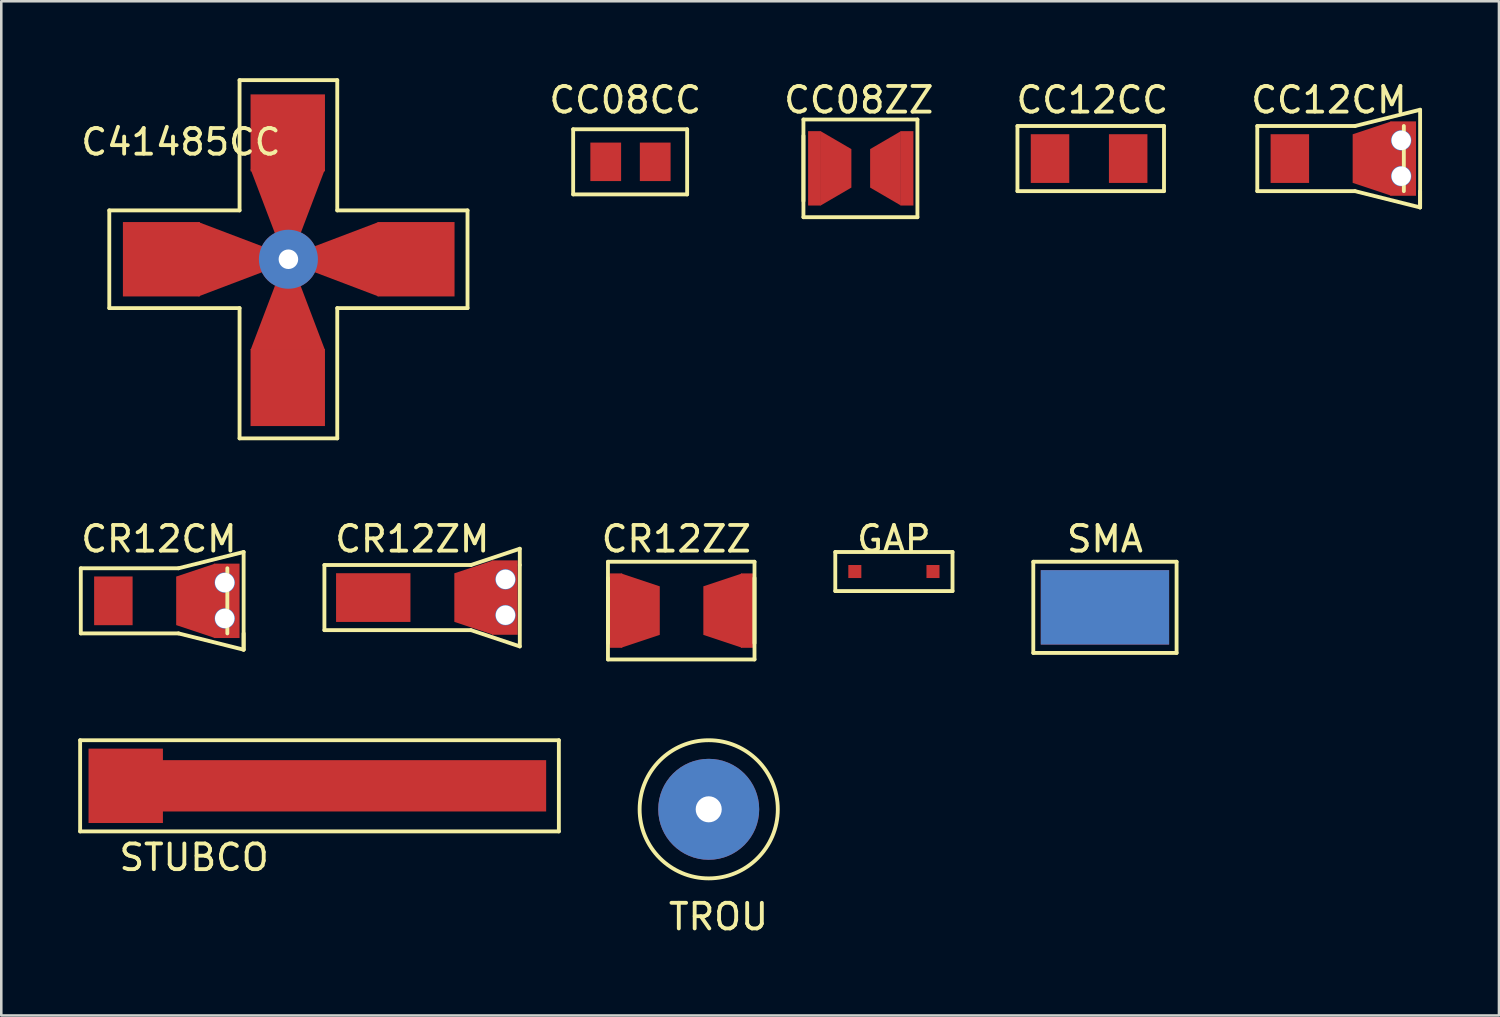
<source format=kicad_pcb>
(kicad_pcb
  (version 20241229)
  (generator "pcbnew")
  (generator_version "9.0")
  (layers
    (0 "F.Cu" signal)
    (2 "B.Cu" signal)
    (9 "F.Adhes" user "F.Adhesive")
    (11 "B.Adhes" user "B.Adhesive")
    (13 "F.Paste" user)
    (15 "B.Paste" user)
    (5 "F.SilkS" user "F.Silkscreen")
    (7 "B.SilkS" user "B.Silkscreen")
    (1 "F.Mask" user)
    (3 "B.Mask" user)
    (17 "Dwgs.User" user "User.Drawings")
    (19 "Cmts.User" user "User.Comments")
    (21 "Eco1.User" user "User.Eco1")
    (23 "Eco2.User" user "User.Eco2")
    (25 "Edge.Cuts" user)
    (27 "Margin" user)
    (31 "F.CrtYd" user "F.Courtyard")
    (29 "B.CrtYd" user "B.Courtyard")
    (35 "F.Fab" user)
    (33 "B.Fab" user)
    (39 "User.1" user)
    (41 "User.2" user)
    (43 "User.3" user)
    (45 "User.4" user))
  (footprint "CC12CM"
    (layer "F.Cu")
    (at 48.521 3.134)
    (property "Reference" "CC12CM" (at 0.254 -2.286 0) (layer "F.SilkS") (effects (font (size 1 1) (thickness 0.15))))
    (attr through_hole)
    (fp_line (start -2.54 -1.27) (end 1.27 -1.27) (stroke (width 0.15) (type solid)) (layer "F.SilkS"))
    (fp_line (start -2.54 1.27) (end -2.54 -1.27) (stroke (width 0.15) (type solid)) (layer "F.SilkS"))
    (fp_line (start -2.54 1.27) (end 1.27 1.27) (stroke (width 0.15) (type solid)) (layer "F.SilkS"))
    (fp_line (start 1.27 -1.27) (end 3.81 -1.905) (stroke (width 0.15) (type solid)) (layer "F.SilkS"))
    (fp_line (start 1.27 1.27) (end 3.81 1.905) (stroke (width 0.15) (type solid)) (layer "F.SilkS"))
    (fp_line (start 3.175 -1.27) (end 3.175 1.27) (stroke (width 0.15) (type solid)) (layer "F.SilkS"))
    (fp_line (start 3.81 -1.905) (end 3.81 1.905) (stroke (width 0.15) (type solid)) (layer "F.SilkS"))
    (fp_line (start 3.81 1.905) (end 3.81 1.27) (stroke (width 0.15) (type solid)) (layer "F.SilkS"))
    (pad "1" smd rect (at -1.27 0) (size 1.501 1.9) (layers "F.Cu" "F.Mask" "F.Paste"))
    (pad "2" smd trapezoid (at 1.93 0) (size 1.501 2.393) (rect_delta -0.5 0) (layers "F.Cu" "F.Mask" "F.Paste"))
    (pad "2" thru_hole circle (at 3.073 -0.711) (size 0.8 0.8) (drill 0.762) (layers "*.Cu" "*.Mask"))
    (pad "2" thru_hole circle (at 3.073 0.686) (size 0.8 0.8) (drill 0.762) (layers "*.Cu" "*.Mask"))
    (pad "2" smd rect (at 3.15 0) (size 1.001 2.901) (layers "F.Cu" "F.Mask" "F.Paste")))
  (footprint "TROU"
    (layer "F.Cu")
    (at 24.588 28.511)
    (property "Reference" "TROU" (at 0.381 4.191 0) (layer "F.SilkS") (effects (font (size 1 1) (thickness 0.15))))
    (attr through_hole)
    (fp_circle (center 0 0) (end 1.905 1.905) (stroke (width 0.15) (type solid)) (fill no) (layer "F.SilkS"))
    (pad "" thru_hole circle (at 0 0) (size 3.937 3.937) (drill 1.016) (layers "*.Cu" "*.Mask")))
  (footprint "C41485CC"
    (layer "F.Cu")
    (at 8.197 7.06)
    (property "Reference" "C41485CC" (at -4.191 -4.572 0) (layer "F.SilkS") (effects (font (size 1 1) (thickness 0.15))))
    (attr through_hole)
    (fp_line (start -6.985 -1.905) (end -6.985 1.905) (stroke (width 0.15) (type solid)) (layer "F.SilkS"))
    (fp_line (start -6.985 1.905) (end -1.905 1.905) (stroke (width 0.15) (type solid)) (layer "F.SilkS"))
    (fp_line (start -1.905 -6.985) (end -1.905 -1.905) (stroke (width 0.15) (type solid)) (layer "F.SilkS"))
    (fp_line (start -1.905 -1.905) (end -6.985 -1.905) (stroke (width 0.15) (type solid)) (layer "F.SilkS"))
    (fp_line (start -1.905 1.905) (end -1.905 6.985) (stroke (width 0.15) (type solid)) (layer "F.SilkS"))
    (fp_line (start -1.905 6.985) (end 1.905 6.985) (stroke (width 0.15) (type solid)) (layer "F.SilkS"))
    (fp_line (start 1.905 -6.985) (end -1.905 -6.985) (stroke (width 0.15) (type solid)) (layer "F.SilkS"))
    (fp_line (start 1.905 -1.905) (end 1.905 -6.985) (stroke (width 0.15) (type solid)) (layer "F.SilkS"))
    (fp_line (start 1.905 1.905) (end 6.985 1.905) (stroke (width 0.15) (type solid)) (layer "F.SilkS"))
    (fp_line (start 1.905 6.985) (end 1.905 1.905) (stroke (width 0.15) (type solid)) (layer "F.SilkS"))
    (fp_line (start 6.985 -1.905) (end 1.905 -1.905) (stroke (width 0.15) (type solid)) (layer "F.SilkS"))
    (fp_line (start 6.985 1.905) (end 6.985 -1.905) (stroke (width 0.15) (type solid)) (layer "F.SilkS"))
    (pad "" thru_hole circle (at 0 0) (size 2.301 2.301) (drill 0.762) (layers "*.Cu" "*.Mask"))
    (pad "1" smd rect (at -4.953 0) (size 3.002 2.901) (layers "F.Cu" "F.Mask" "F.Paste" "In14.Cu"))
    (pad "1" smd trapezoid (at -2.261 0) (size 2.502 1.951) (rect_delta 0.95 0) (layers "F.Cu" "F.Mask" "F.Paste" "In14.Cu"))
    (pad "2" smd trapezoid (at -0.025 2.286) (size 1.951 2.502) (rect_delta 0 0.95) (layers "F.Cu" "F.Mask" "F.Paste" "In14.Cu"))
    (pad "2" smd rect (at -0.025 5.004) (size 2.901 3.002) (layers "F.Cu" "F.Mask" "F.Paste" "In10.Cu" "In13.Cu" "In14.Cu"))
    (pad "3" smd trapezoid (at 2.261 0) (size 2.502 1.951) (rect_delta -0.95 0) (layers "F.Cu" "F.Mask" "F.Paste" "In14.Cu"))
    (pad "3" smd rect (at 4.978 0) (size 3.002 2.901) (layers "F.Cu" "F.Mask" "F.Paste" "In14.Cu"))
    (pad "4" smd rect (at -0.025 -4.928) (size 2.901 3.002) (layers "F.Cu" "F.Mask" "F.Paste" "In10.Cu" "In13.Cu" "In14.Cu"))
    (pad "4" smd trapezoid (at -0.025 -2.261) (size 1.951 2.502) (rect_delta 0 -0.95) (layers "F.Cu" "F.Mask" "F.Paste" "In14.Cu")))
  (footprint "CC08ZZ"
    (layer "F.Cu")
    (at 30.822 3.515)
    (property "Reference" "CC08ZZ" (at -0.381 -2.667 0) (layer "F.SilkS") (effects (font (size 1 1) (thickness 0.15))))
    (attr through_hole)
    (fp_line (start -2.54 -1.905) (end 1.905 -1.905) (stroke (width 0.15) (type solid)) (layer "F.SilkS"))
    (fp_line (start -2.54 1.27) (end -2.54 -1.27) (stroke (width 0.15) (type solid)) (layer "F.SilkS"))
    (fp_line (start -2.54 1.905) (end -2.54 -1.905) (stroke (width 0.15) (type solid)) (layer "F.SilkS"))
    (fp_line (start -2.54 1.905) (end 1.905 1.905) (stroke (width 0.15) (type solid)) (layer "F.SilkS"))
    (fp_line (start 1.905 -1.905) (end 1.905 1.905) (stroke (width 0.15) (type solid)) (layer "F.SilkS"))
    (pad "1" smd rect (at -2.108 0) (size 0.5 2.901) (layers "F.Cu" "F.Mask" "F.Paste"))
    (pad "1" smd trapezoid (at -1.27 0) (size 1.199 2.2) (rect_delta 0.699 0) (layers "F.Cu" "F.Mask" "F.Paste"))
    (pad "2" smd trapezoid (at 0.66 0) (size 1.199 2.2) (rect_delta -0.699 0) (layers "F.Cu" "F.Mask" "F.Paste"))
    (pad "2" smd rect (at 1.499 0) (size 0.5 2.901) (layers "F.Cu" "F.Mask" "F.Paste")))
  (footprint "CR12ZM"
    (layer "F.Cu")
    (at 14.046 20.254)
    (property "Reference" "CR12ZM" (at -1.016 -2.286 0) (layer "F.SilkS") (effects (font (size 1 1) (thickness 0.15))))
    (attr through_hole)
    (fp_line (start -4.445 -1.27) (end -4.445 1.27) (stroke (width 0.15) (type solid)) (layer "F.SilkS"))
    (fp_line (start -4.445 -1.27) (end 1.27 -1.27) (stroke (width 0.15) (type solid)) (layer "F.SilkS"))
    (fp_line (start -4.445 1.27) (end 1.27 1.27) (stroke (width 0.15) (type solid)) (layer "F.SilkS"))
    (fp_line (start 1.27 -1.27) (end 3.175 -1.905) (stroke (width 0.15) (type solid)) (layer "F.SilkS"))
    (fp_line (start 1.27 1.27) (end 3.175 1.905) (stroke (width 0.15) (type solid)) (layer "F.SilkS"))
    (fp_line (start 3.175 -1.905) (end 3.175 -1.27) (stroke (width 0.15) (type solid)) (layer "F.SilkS"))
    (fp_line (start 3.175 1.905) (end 3.175 -1.27) (stroke (width 0.15) (type solid)) (layer "F.SilkS"))
    (pad "1" smd rect (at -2.54 0) (size 2.901 1.9) (layers "F.Cu" "F.Mask" "F.Paste"))
    (pad "2" smd trapezoid (at 1.372 0) (size 1.501 2.393) (rect_delta -0.5 0) (layers "F.Cu" "F.Mask" "F.Paste"))
    (pad "2" smd rect (at 2.591 0) (size 1.001 2.901) (layers "F.Cu" "F.Mask" "F.Paste"))
    (pad "2" thru_hole circle (at 2.616 -0.711) (size 0.8 0.8) (drill 0.762) (layers "*.Cu" "*.Mask"))
    (pad "2" thru_hole circle (at 2.616 0.686) (size 0.8 0.8) (drill 0.762) (layers "*.Cu" "*.Mask")))
  (footprint "CR12CM"
    (layer "F.Cu")
    (at 2.641 20.381)
    (property "Reference" "CR12CM" (at 0.508 -2.413 0) (layer "F.SilkS") (effects (font (size 1 1) (thickness 0.15))))
    (attr through_hole)
    (fp_line (start -2.54 -1.27) (end 1.27 -1.27) (stroke (width 0.15) (type solid)) (layer "F.SilkS"))
    (fp_line (start -2.54 1.27) (end -2.54 -1.27) (stroke (width 0.15) (type solid)) (layer "F.SilkS"))
    (fp_line (start -2.54 1.27) (end 1.27 1.27) (stroke (width 0.15) (type solid)) (layer "F.SilkS"))
    (fp_line (start 1.27 -1.27) (end 3.81 -1.905) (stroke (width 0.15) (type solid)) (layer "F.SilkS"))
    (fp_line (start 1.27 1.27) (end 3.81 1.905) (stroke (width 0.15) (type solid)) (layer "F.SilkS"))
    (fp_line (start 3.175 -1.27) (end 3.175 1.27) (stroke (width 0.15) (type solid)) (layer "F.SilkS"))
    (fp_line (start 3.81 -1.905) (end 3.81 1.905) (stroke (width 0.15) (type solid)) (layer "F.SilkS"))
    (fp_line (start 3.81 1.905) (end 3.81 1.27) (stroke (width 0.15) (type solid)) (layer "F.SilkS"))
    (pad "1" smd rect (at -1.27 0) (size 1.501 1.9) (layers "F.Cu" "F.Mask" "F.Paste"))
    (pad "2" smd trapezoid (at 1.93 0) (size 1.501 2.393) (rect_delta -0.5 0) (layers "F.Cu" "F.Mask" "F.Paste"))
    (pad "2" thru_hole circle (at 3.073 -0.711) (size 0.8 0.8) (drill 0.762) (layers "*.Cu" "*.Mask"))
    (pad "2" thru_hole circle (at 3.073 0.686) (size 0.8 0.8) (drill 0.762) (layers "*.Cu" "*.Mask"))
    (pad "2" smd rect (at 3.15 0) (size 1.001 2.901) (layers "F.Cu" "F.Mask" "F.Paste")))
  (footprint "SMA"
    (layer "F.Cu")
    (at 40.04 20.635)
    (property "Reference" "SMA" (at 0 -2.667 0) (layer "F.SilkS") (effects (font (size 1 1) (thickness 0.15))))
    (attr through_hole)
    (fp_line (start -2.794 -1.778) (end 2.794 -1.778) (stroke (width 0.15) (type solid)) (layer "F.SilkS"))
    (fp_line (start -2.794 1.778) (end -2.794 -1.778) (stroke (width 0.15) (type solid)) (layer "F.SilkS"))
    (fp_line (start 2.794 -1.778) (end 2.794 1.778) (stroke (width 0.15) (type solid)) (layer "F.SilkS"))
    (fp_line (start 2.794 1.778) (end -2.794 1.778) (stroke (width 0.15) (type solid)) (layer "F.SilkS"))
    (pad "1" smd rect (at 0 0) (size 5.004 2.901) (layers "F.Cu" "F.Mask" "F.Paste"))
    (pad "2" smd rect (at 0 0) (size 5.004 2.901) (layers "F.Mask" "B.Cu" "F.Paste")))
  (footprint "CC12CC"
    (layer "F.Cu")
    (at 39.422 3.134)
    (property "Reference" "CC12CC" (at 0.127 -2.286 0) (layer "F.SilkS") (effects (font (size 1 1) (thickness 0.15))))
    (attr through_hole)
    (fp_line (start -2.794 -1.27) (end 2.921 -1.27) (stroke (width 0.15) (type solid)) (layer "F.SilkS"))
    (fp_line (start -2.794 1.27) (end -2.794 -1.27) (stroke (width 0.15) (type solid)) (layer "F.SilkS"))
    (fp_line (start 2.921 -1.27) (end 2.921 1.27) (stroke (width 0.15) (type solid)) (layer "F.SilkS"))
    (fp_line (start 2.921 1.27) (end -2.794 1.27) (stroke (width 0.15) (type solid)) (layer "F.SilkS"))
    (pad "1" smd rect (at -1.524 0) (size 1.501 1.9) (layers "F.Cu" "F.Mask" "F.Paste"))
    (pad "2" smd rect (at 1.524 0) (size 1.501 1.9) (layers "F.Cu" "F.Mask" "F.Paste")))
  (footprint "STUBCO"
    (layer "F.Cu")
    (at 9.473 27.595)
    (property "Reference" "STUBCO" (at -4.953 2.794 0) (layer "F.SilkS") (effects (font (size 1 1) (thickness 0.15))))
    (attr through_hole)
    (fp_line (start -9.398 -1.778) (end -9.398 1.778) (stroke (width 0.15) (type solid)) (layer "F.SilkS"))
    (fp_line (start -9.398 1.778) (end 9.271 1.778) (stroke (width 0.15) (type solid)) (layer "F.SilkS"))
    (fp_line (start 9.271 -1.778) (end -9.398 -1.778) (stroke (width 0.15) (type solid)) (layer "F.SilkS"))
    (fp_line (start 9.271 -1.778) (end 9.271 1.778) (stroke (width 0.15) (type solid)) (layer "F.SilkS"))
    (pad "1" smd rect (at -7.62 0) (size 2.901 2.901) (layers "F.Cu" "F.Mask" "F.Paste"))
    (pad "1" smd rect (at 1.27 0) (size 15.011 2.002) (layers "F.Cu" "F.Mask" "F.Paste")))
  (footprint "CR12ZZ"
    (layer "F.Cu")
    (at 23.199 20.762)
    (property "Reference" "CR12ZZ" (at 0.127 -2.794 0) (layer "F.SilkS") (effects (font (size 1 1) (thickness 0.15))))
    (attr through_hole)
    (fp_line (start -2.54 -1.905) (end 3.175 -1.905) (stroke (width 0.15) (type solid)) (layer "F.SilkS"))
    (fp_line (start -2.54 1.27) (end -2.54 -1.27) (stroke (width 0.15) (type solid)) (layer "F.SilkS"))
    (fp_line (start -2.54 1.905) (end -2.54 -1.905) (stroke (width 0.15) (type solid)) (layer "F.SilkS"))
    (fp_line (start 3.175 -1.905) (end 3.175 1.905) (stroke (width 0.15) (type solid)) (layer "F.SilkS"))
    (fp_line (start 3.175 -1.27) (end 3.175 1.27) (stroke (width 0.15) (type solid)) (layer "F.SilkS"))
    (fp_line (start 3.175 1.905) (end -2.54 1.905) (stroke (width 0.15) (type solid)) (layer "F.SilkS"))
    (pad "1" smd rect (at -2.235 0) (size 0.5 2.901) (layers "F.Cu" "F.Mask" "F.Paste"))
    (pad "1" smd trapezoid (at -1.27 0) (size 1.501 2.393) (rect_delta 0.5 0) (layers "F.Cu" "F.Mask" "F.Paste"))
    (pad "2" smd trapezoid (at 1.93 0) (size 1.501 2.393) (rect_delta -0.5 0) (layers "F.Cu" "F.Mask" "F.Paste"))
    (pad "2" smd rect (at 2.896 0) (size 0.5 2.901) (layers "F.Cu" "F.Mask" "F.Paste")))
  (footprint "CC08CC"
    (layer "F.Cu")
    (at 21.842 3.261)
    (property "Reference" "CC08CC" (at -0.508 -2.413 0) (layer "F.SilkS") (effects (font (size 1 1) (thickness 0.15))))
    (attr through_hole)
    (fp_line (start -2.54 1.27) (end -2.54 -1.27) (stroke (width 0.15) (type solid)) (layer "F.SilkS"))
    (fp_line (start 1.905 -1.27) (end -2.54 -1.27) (stroke (width 0.15) (type solid)) (layer "F.SilkS"))
    (fp_line (start 1.905 -1.27) (end 1.905 1.27) (stroke (width 0.15) (type solid)) (layer "F.SilkS"))
    (fp_line (start 1.905 1.27) (end -2.54 1.27) (stroke (width 0.15) (type solid)) (layer "F.SilkS"))
    (pad "1" smd rect (at -1.27 0) (size 1.199 1.501) (layers "F.Cu" "F.Mask" "F.Paste"))
    (pad "2" smd rect (at 0.66 0) (size 1.199 1.501) (layers "F.Cu" "F.Mask" "F.Paste")))
  (footprint "GAP"
    (layer "F.Cu")
    (at 31.81 19.238)
    (property "Reference" "GAP" (at 0 -1.27 0) (layer "F.SilkS") (effects (font (size 1 1) (thickness 0.15))))
    (attr through_hole)
    (fp_line (start -2.286 -0.762) (end 2.286 -0.762) (stroke (width 0.15) (type solid)) (layer "F.SilkS"))
    (fp_line (start -2.286 0.762) (end -2.286 -0.762) (stroke (width 0.15) (type solid)) (layer "F.SilkS"))
    (fp_line (start 2.286 -0.762) (end 2.286 0.762) (stroke (width 0.15) (type solid)) (layer "F.SilkS"))
    (fp_line (start 2.286 0.762) (end -2.286 0.762) (stroke (width 0.15) (type solid)) (layer "F.SilkS"))
    (pad "1" smd rect (at -1.524 0) (size 0.508 0.508) (layers "F.Cu" "F.Mask" "F.Paste"))
    (pad "2" smd rect (at 1.524 0) (size 0.508 0.508) (layers "F.Cu" "F.Mask" "F.Paste")))
  (gr_rect
    (start -3 -3)
    (end 55.406 36.551)
    (stroke (width 0.1) (type default))
    (fill no)
    (layer "Edge.Cuts")))
</source>
